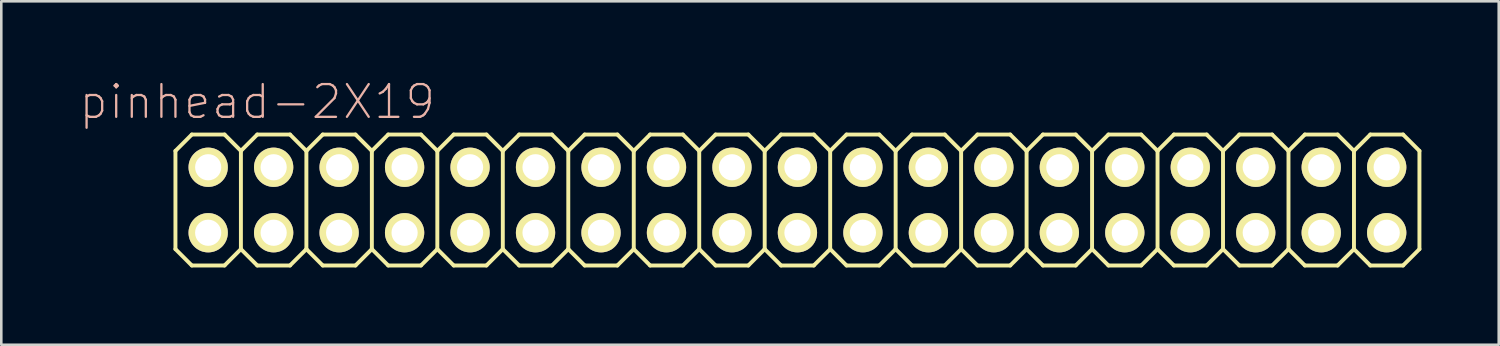
<source format=kicad_pcb>
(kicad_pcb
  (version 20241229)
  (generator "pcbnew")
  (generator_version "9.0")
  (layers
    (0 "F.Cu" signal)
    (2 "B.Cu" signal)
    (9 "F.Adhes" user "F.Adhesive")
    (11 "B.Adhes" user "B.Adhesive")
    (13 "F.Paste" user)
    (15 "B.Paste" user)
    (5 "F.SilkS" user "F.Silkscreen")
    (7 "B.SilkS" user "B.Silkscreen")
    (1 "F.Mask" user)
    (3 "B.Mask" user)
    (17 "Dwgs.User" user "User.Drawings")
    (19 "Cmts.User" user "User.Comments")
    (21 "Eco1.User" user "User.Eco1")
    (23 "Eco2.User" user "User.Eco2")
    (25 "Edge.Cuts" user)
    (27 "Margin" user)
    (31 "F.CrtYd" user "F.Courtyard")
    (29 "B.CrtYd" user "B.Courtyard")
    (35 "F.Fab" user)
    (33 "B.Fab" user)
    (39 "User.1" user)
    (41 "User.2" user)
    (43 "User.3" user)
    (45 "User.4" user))
  (footprint "pinhead-2X19"
    (layer "F.Cu")
    (at 27.886 4.709)
    (property "Reference" "pinhead-2X19" (at -20.955 -3.81 0) (layer "B.SilkS") (effects (font (size 1.27 1.27) (thickness 0.089))))
    (attr exclude_from_pos_files exclude_from_bom)
    (fp_line (start -24.13 -1.905) (end -23.495 -2.54) (stroke (width 0.152) (type solid)) (layer "F.SilkS"))
    (fp_line (start -24.13 1.905) (end -24.13 -1.905) (stroke (width 0.152) (type solid)) (layer "F.SilkS"))
    (fp_line (start -24.13 1.905) (end -23.495 2.54) (stroke (width 0.152) (type solid)) (layer "F.SilkS"))
    (fp_line (start -23.495 -2.54) (end -22.225 -2.54) (stroke (width 0.152) (type solid)) (layer "F.SilkS"))
    (fp_line (start -23.495 2.54) (end -22.225 2.54) (stroke (width 0.152) (type solid)) (layer "F.SilkS"))
    (fp_line (start -23.114 -1.524) (end -22.606 -1.524) (stroke (width 0.066) (type solid)) (layer "F.SilkS"))
    (fp_line (start -23.114 -1.016) (end -23.114 -1.524) (stroke (width 0.066) (type solid)) (layer "F.SilkS"))
    (fp_line (start -23.114 -1.016) (end -22.606 -1.016) (stroke (width 0.066) (type solid)) (layer "F.SilkS"))
    (fp_line (start -23.114 1.016) (end -22.606 1.016) (stroke (width 0.066) (type solid)) (layer "F.SilkS"))
    (fp_line (start -23.114 1.524) (end -23.114 1.016) (stroke (width 0.066) (type solid)) (layer "F.SilkS"))
    (fp_line (start -23.114 1.524) (end -22.606 1.524) (stroke (width 0.066) (type solid)) (layer "F.SilkS"))
    (fp_line (start -22.606 -1.016) (end -22.606 -1.524) (stroke (width 0.066) (type solid)) (layer "F.SilkS"))
    (fp_line (start -22.606 1.524) (end -22.606 1.016) (stroke (width 0.066) (type solid)) (layer "F.SilkS"))
    (fp_line (start -22.225 -2.54) (end -21.59 -1.905) (stroke (width 0.152) (type solid)) (layer "F.SilkS"))
    (fp_line (start -22.225 2.54) (end -21.59 1.905) (stroke (width 0.152) (type solid)) (layer "F.SilkS"))
    (fp_line (start -21.59 -1.905) (end -21.59 1.905) (stroke (width 0.152) (type solid)) (layer "F.SilkS"))
    (fp_line (start -21.59 -1.905) (end -20.955 -2.54) (stroke (width 0.152) (type solid)) (layer "F.SilkS"))
    (fp_line (start -21.59 1.905) (end -20.955 2.54) (stroke (width 0.152) (type solid)) (layer "F.SilkS"))
    (fp_line (start -20.955 -2.54) (end -19.685 -2.54) (stroke (width 0.152) (type solid)) (layer "F.SilkS"))
    (fp_line (start -20.955 2.54) (end -19.685 2.54) (stroke (width 0.152) (type solid)) (layer "F.SilkS"))
    (fp_line (start -20.574 -1.524) (end -20.066 -1.524) (stroke (width 0.066) (type solid)) (layer "F.SilkS"))
    (fp_line (start -20.574 -1.016) (end -20.574 -1.524) (stroke (width 0.066) (type solid)) (layer "F.SilkS"))
    (fp_line (start -20.574 -1.016) (end -20.066 -1.016) (stroke (width 0.066) (type solid)) (layer "F.SilkS"))
    (fp_line (start -20.574 1.016) (end -20.066 1.016) (stroke (width 0.066) (type solid)) (layer "F.SilkS"))
    (fp_line (start -20.574 1.524) (end -20.574 1.016) (stroke (width 0.066) (type solid)) (layer "F.SilkS"))
    (fp_line (start -20.574 1.524) (end -20.066 1.524) (stroke (width 0.066) (type solid)) (layer "F.SilkS"))
    (fp_line (start -20.066 -1.016) (end -20.066 -1.524) (stroke (width 0.066) (type solid)) (layer "F.SilkS"))
    (fp_line (start -20.066 1.524) (end -20.066 1.016) (stroke (width 0.066) (type solid)) (layer "F.SilkS"))
    (fp_line (start -19.685 -2.54) (end -19.05 -1.905) (stroke (width 0.152) (type solid)) (layer "F.SilkS"))
    (fp_line (start -19.685 2.54) (end -19.05 1.905) (stroke (width 0.152) (type solid)) (layer "F.SilkS"))
    (fp_line (start -19.05 -1.905) (end -19.05 1.905) (stroke (width 0.152) (type solid)) (layer "F.SilkS"))
    (fp_line (start -19.05 -1.905) (end -18.415 -2.54) (stroke (width 0.152) (type solid)) (layer "F.SilkS"))
    (fp_line (start -19.05 1.905) (end -18.415 2.54) (stroke (width 0.152) (type solid)) (layer "F.SilkS"))
    (fp_line (start -18.415 -2.54) (end -17.145 -2.54) (stroke (width 0.152) (type solid)) (layer "F.SilkS"))
    (fp_line (start -18.415 2.54) (end -17.145 2.54) (stroke (width 0.152) (type solid)) (layer "F.SilkS"))
    (fp_line (start -18.034 -1.524) (end -17.523 -1.524) (stroke (width 0.066) (type solid)) (layer "F.SilkS"))
    (fp_line (start -18.034 -1.016) (end -18.034 -1.524) (stroke (width 0.066) (type solid)) (layer "F.SilkS"))
    (fp_line (start -18.034 -1.016) (end -17.523 -1.016) (stroke (width 0.066) (type solid)) (layer "F.SilkS"))
    (fp_line (start -18.034 1.016) (end -17.523 1.016) (stroke (width 0.066) (type solid)) (layer "F.SilkS"))
    (fp_line (start -18.034 1.524) (end -18.034 1.016) (stroke (width 0.066) (type solid)) (layer "F.SilkS"))
    (fp_line (start -18.034 1.524) (end -17.523 1.524) (stroke (width 0.066) (type solid)) (layer "F.SilkS"))
    (fp_line (start -17.523 -1.016) (end -17.523 -1.524) (stroke (width 0.066) (type solid)) (layer "F.SilkS"))
    (fp_line (start -17.523 1.524) (end -17.523 1.016) (stroke (width 0.066) (type solid)) (layer "F.SilkS"))
    (fp_line (start -17.145 -2.54) (end -16.51 -1.905) (stroke (width 0.152) (type solid)) (layer "F.SilkS"))
    (fp_line (start -17.145 2.54) (end -16.51 1.905) (stroke (width 0.152) (type solid)) (layer "F.SilkS"))
    (fp_line (start -16.51 -1.905) (end -16.51 1.905) (stroke (width 0.152) (type solid)) (layer "F.SilkS"))
    (fp_line (start -16.51 -1.905) (end -15.875 -2.54) (stroke (width 0.152) (type solid)) (layer "F.SilkS"))
    (fp_line (start -16.51 1.905) (end -15.875 2.54) (stroke (width 0.152) (type solid)) (layer "F.SilkS"))
    (fp_line (start -15.875 -2.54) (end -14.605 -2.54) (stroke (width 0.152) (type solid)) (layer "F.SilkS"))
    (fp_line (start -15.875 2.54) (end -14.605 2.54) (stroke (width 0.152) (type solid)) (layer "F.SilkS"))
    (fp_line (start -15.494 -1.524) (end -14.986 -1.524) (stroke (width 0.066) (type solid)) (layer "F.SilkS"))
    (fp_line (start -15.494 -1.016) (end -15.494 -1.524) (stroke (width 0.066) (type solid)) (layer "F.SilkS"))
    (fp_line (start -15.494 -1.016) (end -14.986 -1.016) (stroke (width 0.066) (type solid)) (layer "F.SilkS"))
    (fp_line (start -15.494 1.016) (end -14.986 1.016) (stroke (width 0.066) (type solid)) (layer "F.SilkS"))
    (fp_line (start -15.494 1.524) (end -15.494 1.016) (stroke (width 0.066) (type solid)) (layer "F.SilkS"))
    (fp_line (start -15.494 1.524) (end -14.986 1.524) (stroke (width 0.066) (type solid)) (layer "F.SilkS"))
    (fp_line (start -14.986 -1.016) (end -14.986 -1.524) (stroke (width 0.066) (type solid)) (layer "F.SilkS"))
    (fp_line (start -14.986 1.524) (end -14.986 1.016) (stroke (width 0.066) (type solid)) (layer "F.SilkS"))
    (fp_line (start -14.605 -2.54) (end -13.97 -1.905) (stroke (width 0.152) (type solid)) (layer "F.SilkS"))
    (fp_line (start -14.605 2.54) (end -13.97 1.905) (stroke (width 0.152) (type solid)) (layer "F.SilkS"))
    (fp_line (start -13.97 -1.905) (end -13.97 1.905) (stroke (width 0.152) (type solid)) (layer "F.SilkS"))
    (fp_line (start -13.97 -1.905) (end -13.335 -2.54) (stroke (width 0.152) (type solid)) (layer "F.SilkS"))
    (fp_line (start -13.97 1.905) (end -13.335 2.54) (stroke (width 0.152) (type solid)) (layer "F.SilkS"))
    (fp_line (start -13.335 -2.54) (end -12.065 -2.54) (stroke (width 0.152) (type solid)) (layer "F.SilkS"))
    (fp_line (start -13.335 2.54) (end -12.065 2.54) (stroke (width 0.152) (type solid)) (layer "F.SilkS"))
    (fp_line (start -12.954 -1.524) (end -12.446 -1.524) (stroke (width 0.066) (type solid)) (layer "F.SilkS"))
    (fp_line (start -12.954 -1.016) (end -12.954 -1.524) (stroke (width 0.066) (type solid)) (layer "F.SilkS"))
    (fp_line (start -12.954 -1.016) (end -12.446 -1.016) (stroke (width 0.066) (type solid)) (layer "F.SilkS"))
    (fp_line (start -12.954 1.016) (end -12.446 1.016) (stroke (width 0.066) (type solid)) (layer "F.SilkS"))
    (fp_line (start -12.954 1.524) (end -12.954 1.016) (stroke (width 0.066) (type solid)) (layer "F.SilkS"))
    (fp_line (start -12.954 1.524) (end -12.446 1.524) (stroke (width 0.066) (type solid)) (layer "F.SilkS"))
    (fp_line (start -12.446 -1.016) (end -12.446 -1.524) (stroke (width 0.066) (type solid)) (layer "F.SilkS"))
    (fp_line (start -12.446 1.524) (end -12.446 1.016) (stroke (width 0.066) (type solid)) (layer "F.SilkS"))
    (fp_line (start -12.065 -2.54) (end -11.43 -1.905) (stroke (width 0.152) (type solid)) (layer "F.SilkS"))
    (fp_line (start -12.065 2.54) (end -11.43 1.905) (stroke (width 0.152) (type solid)) (layer "F.SilkS"))
    (fp_line (start -11.43 -1.905) (end -11.43 1.905) (stroke (width 0.152) (type solid)) (layer "F.SilkS"))
    (fp_line (start -11.43 -1.905) (end -10.795 -2.54) (stroke (width 0.152) (type solid)) (layer "F.SilkS"))
    (fp_line (start -11.43 1.905) (end -10.795 2.54) (stroke (width 0.152) (type solid)) (layer "F.SilkS"))
    (fp_line (start -10.795 -2.54) (end -9.525 -2.54) (stroke (width 0.152) (type solid)) (layer "F.SilkS"))
    (fp_line (start -10.795 2.54) (end -9.525 2.54) (stroke (width 0.152) (type solid)) (layer "F.SilkS"))
    (fp_line (start -10.414 -1.524) (end -9.906 -1.524) (stroke (width 0.066) (type solid)) (layer "F.SilkS"))
    (fp_line (start -10.414 -1.016) (end -10.414 -1.524) (stroke (width 0.066) (type solid)) (layer "F.SilkS"))
    (fp_line (start -10.414 -1.016) (end -9.906 -1.016) (stroke (width 0.066) (type solid)) (layer "F.SilkS"))
    (fp_line (start -10.414 1.016) (end -9.906 1.016) (stroke (width 0.066) (type solid)) (layer "F.SilkS"))
    (fp_line (start -10.414 1.524) (end -10.414 1.016) (stroke (width 0.066) (type solid)) (layer "F.SilkS"))
    (fp_line (start -10.414 1.524) (end -9.906 1.524) (stroke (width 0.066) (type solid)) (layer "F.SilkS"))
    (fp_line (start -9.906 -1.016) (end -9.906 -1.524) (stroke (width 0.066) (type solid)) (layer "F.SilkS"))
    (fp_line (start -9.906 1.524) (end -9.906 1.016) (stroke (width 0.066) (type solid)) (layer "F.SilkS"))
    (fp_line (start -9.525 -2.54) (end -8.89 -1.905) (stroke (width 0.152) (type solid)) (layer "F.SilkS"))
    (fp_line (start -9.525 2.54) (end -8.89 1.905) (stroke (width 0.152) (type solid)) (layer "F.SilkS"))
    (fp_line (start -8.89 -1.905) (end -8.89 1.905) (stroke (width 0.152) (type solid)) (layer "F.SilkS"))
    (fp_line (start -8.89 -1.905) (end -8.255 -2.54) (stroke (width 0.152) (type solid)) (layer "F.SilkS"))
    (fp_line (start -8.89 1.905) (end -8.255 2.54) (stroke (width 0.152) (type solid)) (layer "F.SilkS"))
    (fp_line (start -8.255 -2.54) (end -6.985 -2.54) (stroke (width 0.152) (type solid)) (layer "F.SilkS"))
    (fp_line (start -7.874 -1.524) (end -7.366 -1.524) (stroke (width 0.066) (type solid)) (layer "F.SilkS"))
    (fp_line (start -7.874 -1.016) (end -7.874 -1.524) (stroke (width 0.066) (type solid)) (layer "F.SilkS"))
    (fp_line (start -7.874 -1.016) (end -7.366 -1.016) (stroke (width 0.066) (type solid)) (layer "F.SilkS"))
    (fp_line (start -7.874 1.016) (end -7.366 1.016) (stroke (width 0.066) (type solid)) (layer "F.SilkS"))
    (fp_line (start -7.874 1.524) (end -7.874 1.016) (stroke (width 0.066) (type solid)) (layer "F.SilkS"))
    (fp_line (start -7.874 1.524) (end -7.366 1.524) (stroke (width 0.066) (type solid)) (layer "F.SilkS"))
    (fp_line (start -7.366 -1.016) (end -7.366 -1.524) (stroke (width 0.066) (type solid)) (layer "F.SilkS"))
    (fp_line (start -7.366 1.524) (end -7.366 1.016) (stroke (width 0.066) (type solid)) (layer "F.SilkS"))
    (fp_line (start -6.985 -2.54) (end -6.35 -1.905) (stroke (width 0.152) (type solid)) (layer "F.SilkS"))
    (fp_line (start -6.985 2.54) (end -8.255 2.54) (stroke (width 0.152) (type solid)) (layer "F.SilkS"))
    (fp_line (start -6.35 -1.905) (end -6.35 1.905) (stroke (width 0.152) (type solid)) (layer "F.SilkS"))
    (fp_line (start -6.35 -1.905) (end -5.715 -2.54) (stroke (width 0.152) (type solid)) (layer "F.SilkS"))
    (fp_line (start -6.35 1.905) (end -6.985 2.54) (stroke (width 0.152) (type solid)) (layer "F.SilkS"))
    (fp_line (start -6.35 1.905) (end -5.715 2.54) (stroke (width 0.152) (type solid)) (layer "F.SilkS"))
    (fp_line (start -5.715 -2.54) (end -4.445 -2.54) (stroke (width 0.152) (type solid)) (layer "F.SilkS"))
    (fp_line (start -5.334 -1.524) (end -4.826 -1.524) (stroke (width 0.066) (type solid)) (layer "F.SilkS"))
    (fp_line (start -5.334 -1.016) (end -5.334 -1.524) (stroke (width 0.066) (type solid)) (layer "F.SilkS"))
    (fp_line (start -5.334 -1.016) (end -4.826 -1.016) (stroke (width 0.066) (type solid)) (layer "F.SilkS"))
    (fp_line (start -5.334 1.016) (end -4.826 1.016) (stroke (width 0.066) (type solid)) (layer "F.SilkS"))
    (fp_line (start -5.334 1.524) (end -5.334 1.016) (stroke (width 0.066) (type solid)) (layer "F.SilkS"))
    (fp_line (start -5.334 1.524) (end -4.826 1.524) (stroke (width 0.066) (type solid)) (layer "F.SilkS"))
    (fp_line (start -4.826 -1.016) (end -4.826 -1.524) (stroke (width 0.066) (type solid)) (layer "F.SilkS"))
    (fp_line (start -4.826 1.524) (end -4.826 1.016) (stroke (width 0.066) (type solid)) (layer "F.SilkS"))
    (fp_line (start -4.445 -2.54) (end -3.81 -1.905) (stroke (width 0.152) (type solid)) (layer "F.SilkS"))
    (fp_line (start -4.445 2.54) (end -5.715 2.54) (stroke (width 0.152) (type solid)) (layer "F.SilkS"))
    (fp_line (start -3.81 -1.905) (end -3.81 1.905) (stroke (width 0.152) (type solid)) (layer "F.SilkS"))
    (fp_line (start -3.81 -1.905) (end -3.175 -2.54) (stroke (width 0.152) (type solid)) (layer "F.SilkS"))
    (fp_line (start -3.81 1.905) (end -4.445 2.54) (stroke (width 0.152) (type solid)) (layer "F.SilkS"))
    (fp_line (start -3.81 1.905) (end -3.175 2.54) (stroke (width 0.152) (type solid)) (layer "F.SilkS"))
    (fp_line (start -3.175 -2.54) (end -1.905 -2.54) (stroke (width 0.152) (type solid)) (layer "F.SilkS"))
    (fp_line (start -2.794 -1.524) (end -2.286 -1.524) (stroke (width 0.066) (type solid)) (layer "F.SilkS"))
    (fp_line (start -2.794 -1.016) (end -2.794 -1.524) (stroke (width 0.066) (type solid)) (layer "F.SilkS"))
    (fp_line (start -2.794 -1.016) (end -2.286 -1.016) (stroke (width 0.066) (type solid)) (layer "F.SilkS"))
    (fp_line (start -2.794 1.016) (end -2.286 1.016) (stroke (width 0.066) (type solid)) (layer "F.SilkS"))
    (fp_line (start -2.794 1.524) (end -2.794 1.016) (stroke (width 0.066) (type solid)) (layer "F.SilkS"))
    (fp_line (start -2.794 1.524) (end -2.286 1.524) (stroke (width 0.066) (type solid)) (layer "F.SilkS"))
    (fp_line (start -2.286 -1.016) (end -2.286 -1.524) (stroke (width 0.066) (type solid)) (layer "F.SilkS"))
    (fp_line (start -2.286 1.524) (end -2.286 1.016) (stroke (width 0.066) (type solid)) (layer "F.SilkS"))
    (fp_line (start -1.905 -2.54) (end -1.27 -1.905) (stroke (width 0.152) (type solid)) (layer "F.SilkS"))
    (fp_line (start -1.905 2.54) (end -3.175 2.54) (stroke (width 0.152) (type solid)) (layer "F.SilkS"))
    (fp_line (start -1.27 -1.905) (end -1.27 1.905) (stroke (width 0.152) (type solid)) (layer "F.SilkS"))
    (fp_line (start -1.27 -1.905) (end -0.635 -2.54) (stroke (width 0.152) (type solid)) (layer "F.SilkS"))
    (fp_line (start -1.27 1.905) (end -1.905 2.54) (stroke (width 0.152) (type solid)) (layer "F.SilkS"))
    (fp_line (start -1.27 1.905) (end -0.635 2.54) (stroke (width 0.152) (type solid)) (layer "F.SilkS"))
    (fp_line (start -0.635 -2.54) (end 0.635 -2.54) (stroke (width 0.152) (type solid)) (layer "F.SilkS"))
    (fp_line (start -0.254 -1.524) (end 0.254 -1.524) (stroke (width 0.066) (type solid)) (layer "F.SilkS"))
    (fp_line (start -0.254 -1.016) (end -0.254 -1.524) (stroke (width 0.066) (type solid)) (layer "F.SilkS"))
    (fp_line (start -0.254 -1.016) (end 0.254 -1.016) (stroke (width 0.066) (type solid)) (layer "F.SilkS"))
    (fp_line (start -0.254 1.016) (end 0.254 1.016) (stroke (width 0.066) (type solid)) (layer "F.SilkS"))
    (fp_line (start -0.254 1.524) (end -0.254 1.016) (stroke (width 0.066) (type solid)) (layer "F.SilkS"))
    (fp_line (start -0.254 1.524) (end 0.254 1.524) (stroke (width 0.066) (type solid)) (layer "F.SilkS"))
    (fp_line (start 0.254 -1.016) (end 0.254 -1.524) (stroke (width 0.066) (type solid)) (layer "F.SilkS"))
    (fp_line (start 0.254 1.524) (end 0.254 1.016) (stroke (width 0.066) (type solid)) (layer "F.SilkS"))
    (fp_line (start 0.635 -2.54) (end 1.27 -1.905) (stroke (width 0.152) (type solid)) (layer "F.SilkS"))
    (fp_line (start 0.635 2.54) (end -0.635 2.54) (stroke (width 0.152) (type solid)) (layer "F.SilkS"))
    (fp_line (start 1.27 -1.905) (end 1.27 1.905) (stroke (width 0.152) (type solid)) (layer "F.SilkS"))
    (fp_line (start 1.27 -1.905) (end 1.905 -2.54) (stroke (width 0.152) (type solid)) (layer "F.SilkS"))
    (fp_line (start 1.27 1.905) (end 0.635 2.54) (stroke (width 0.152) (type solid)) (layer "F.SilkS"))
    (fp_line (start 1.27 1.905) (end 1.905 2.54) (stroke (width 0.152) (type solid)) (layer "F.SilkS"))
    (fp_line (start 1.905 -2.54) (end 3.175 -2.54) (stroke (width 0.152) (type solid)) (layer "F.SilkS"))
    (fp_line (start 2.286 -1.524) (end 2.794 -1.524) (stroke (width 0.066) (type solid)) (layer "F.SilkS"))
    (fp_line (start 2.286 -1.016) (end 2.286 -1.524) (stroke (width 0.066) (type solid)) (layer "F.SilkS"))
    (fp_line (start 2.286 -1.016) (end 2.794 -1.016) (stroke (width 0.066) (type solid)) (layer "F.SilkS"))
    (fp_line (start 2.286 1.016) (end 2.794 1.016) (stroke (width 0.066) (type solid)) (layer "F.SilkS"))
    (fp_line (start 2.286 1.524) (end 2.286 1.016) (stroke (width 0.066) (type solid)) (layer "F.SilkS"))
    (fp_line (start 2.286 1.524) (end 2.794 1.524) (stroke (width 0.066) (type solid)) (layer "F.SilkS"))
    (fp_line (start 2.794 -1.016) (end 2.794 -1.524) (stroke (width 0.066) (type solid)) (layer "F.SilkS"))
    (fp_line (start 2.794 1.524) (end 2.794 1.016) (stroke (width 0.066) (type solid)) (layer "F.SilkS"))
    (fp_line (start 3.175 -2.54) (end 3.81 -1.905) (stroke (width 0.152) (type solid)) (layer "F.SilkS"))
    (fp_line (start 3.175 2.54) (end 1.905 2.54) (stroke (width 0.152) (type solid)) (layer "F.SilkS"))
    (fp_line (start 3.81 -1.905) (end 3.81 1.905) (stroke (width 0.152) (type solid)) (layer "F.SilkS"))
    (fp_line (start 3.81 -1.905) (end 4.445 -2.54) (stroke (width 0.152) (type solid)) (layer "F.SilkS"))
    (fp_line (start 3.81 1.905) (end 3.175 2.54) (stroke (width 0.152) (type solid)) (layer "F.SilkS"))
    (fp_line (start 3.81 1.905) (end 4.445 2.54) (stroke (width 0.152) (type solid)) (layer "F.SilkS"))
    (fp_line (start 4.445 -2.54) (end 5.715 -2.54) (stroke (width 0.152) (type solid)) (layer "F.SilkS"))
    (fp_line (start 4.826 -1.524) (end 5.334 -1.524) (stroke (width 0.066) (type solid)) (layer "F.SilkS"))
    (fp_line (start 4.826 -1.016) (end 4.826 -1.524) (stroke (width 0.066) (type solid)) (layer "F.SilkS"))
    (fp_line (start 4.826 -1.016) (end 5.334 -1.016) (stroke (width 0.066) (type solid)) (layer "F.SilkS"))
    (fp_line (start 4.826 1.016) (end 5.334 1.016) (stroke (width 0.066) (type solid)) (layer "F.SilkS"))
    (fp_line (start 4.826 1.524) (end 4.826 1.016) (stroke (width 0.066) (type solid)) (layer "F.SilkS"))
    (fp_line (start 4.826 1.524) (end 5.334 1.524) (stroke (width 0.066) (type solid)) (layer "F.SilkS"))
    (fp_line (start 5.334 -1.016) (end 5.334 -1.524) (stroke (width 0.066) (type solid)) (layer "F.SilkS"))
    (fp_line (start 5.334 1.524) (end 5.334 1.016) (stroke (width 0.066) (type solid)) (layer "F.SilkS"))
    (fp_line (start 5.715 2.54) (end 4.445 2.54) (stroke (width 0.152) (type solid)) (layer "F.SilkS"))
    (fp_line (start 6.35 -1.905) (end 5.715 -2.54) (stroke (width 0.152) (type solid)) (layer "F.SilkS"))
    (fp_line (start 6.35 -1.905) (end 6.35 1.905) (stroke (width 0.152) (type solid)) (layer "F.SilkS"))
    (fp_line (start 6.35 -1.905) (end 6.985 -2.54) (stroke (width 0.152) (type solid)) (layer "F.SilkS"))
    (fp_line (start 6.35 1.905) (end 5.715 2.54) (stroke (width 0.152) (type solid)) (layer "F.SilkS"))
    (fp_line (start 6.35 1.905) (end 6.985 2.54) (stroke (width 0.152) (type solid)) (layer "F.SilkS"))
    (fp_line (start 7.366 -1.524) (end 7.874 -1.524) (stroke (width 0.066) (type solid)) (layer "F.SilkS"))
    (fp_line (start 7.366 -1.016) (end 7.366 -1.524) (stroke (width 0.066) (type solid)) (layer "F.SilkS"))
    (fp_line (start 7.366 -1.016) (end 7.874 -1.016) (stroke (width 0.066) (type solid)) (layer "F.SilkS"))
    (fp_line (start 7.366 1.016) (end 7.874 1.016) (stroke (width 0.066) (type solid)) (layer "F.SilkS"))
    (fp_line (start 7.366 1.524) (end 7.366 1.016) (stroke (width 0.066) (type solid)) (layer "F.SilkS"))
    (fp_line (start 7.366 1.524) (end 7.874 1.524) (stroke (width 0.066) (type solid)) (layer "F.SilkS"))
    (fp_line (start 7.874 -1.016) (end 7.874 -1.524) (stroke (width 0.066) (type solid)) (layer "F.SilkS"))
    (fp_line (start 7.874 1.524) (end 7.874 1.016) (stroke (width 0.066) (type solid)) (layer "F.SilkS"))
    (fp_line (start 8.255 -2.54) (end 6.985 -2.54) (stroke (width 0.152) (type solid)) (layer "F.SilkS"))
    (fp_line (start 8.255 -2.54) (end 8.89 -1.905) (stroke (width 0.152) (type solid)) (layer "F.SilkS"))
    (fp_line (start 8.255 2.54) (end 6.985 2.54) (stroke (width 0.152) (type solid)) (layer "F.SilkS"))
    (fp_line (start 8.89 -1.905) (end 8.89 1.905) (stroke (width 0.152) (type solid)) (layer "F.SilkS"))
    (fp_line (start 8.89 -1.905) (end 9.525 -2.54) (stroke (width 0.152) (type solid)) (layer "F.SilkS"))
    (fp_line (start 8.89 1.905) (end 8.255 2.54) (stroke (width 0.152) (type solid)) (layer "F.SilkS"))
    (fp_line (start 8.89 1.905) (end 9.525 2.54) (stroke (width 0.152) (type solid)) (layer "F.SilkS"))
    (fp_line (start 9.906 -1.524) (end 10.414 -1.524) (stroke (width 0.066) (type solid)) (layer "F.SilkS"))
    (fp_line (start 9.906 -1.016) (end 9.906 -1.524) (stroke (width 0.066) (type solid)) (layer "F.SilkS"))
    (fp_line (start 9.906 -1.016) (end 10.414 -1.016) (stroke (width 0.066) (type solid)) (layer "F.SilkS"))
    (fp_line (start 9.906 1.016) (end 10.414 1.016) (stroke (width 0.066) (type solid)) (layer "F.SilkS"))
    (fp_line (start 9.906 1.524) (end 9.906 1.016) (stroke (width 0.066) (type solid)) (layer "F.SilkS"))
    (fp_line (start 9.906 1.524) (end 10.414 1.524) (stroke (width 0.066) (type solid)) (layer "F.SilkS"))
    (fp_line (start 10.414 -1.016) (end 10.414 -1.524) (stroke (width 0.066) (type solid)) (layer "F.SilkS"))
    (fp_line (start 10.414 1.524) (end 10.414 1.016) (stroke (width 0.066) (type solid)) (layer "F.SilkS"))
    (fp_line (start 10.795 -2.54) (end 9.525 -2.54) (stroke (width 0.152) (type solid)) (layer "F.SilkS"))
    (fp_line (start 10.795 -2.54) (end 11.43 -1.905) (stroke (width 0.152) (type solid)) (layer "F.SilkS"))
    (fp_line (start 10.795 2.54) (end 9.525 2.54) (stroke (width 0.152) (type solid)) (layer "F.SilkS"))
    (fp_line (start 11.43 -1.905) (end 11.43 1.905) (stroke (width 0.152) (type solid)) (layer "F.SilkS"))
    (fp_line (start 11.43 -1.905) (end 12.065 -2.54) (stroke (width 0.152) (type solid)) (layer "F.SilkS"))
    (fp_line (start 11.43 1.905) (end 10.795 2.54) (stroke (width 0.152) (type solid)) (layer "F.SilkS"))
    (fp_line (start 12.065 2.54) (end 11.43 1.905) (stroke (width 0.152) (type solid)) (layer "F.SilkS"))
    (fp_line (start 12.065 2.54) (end 13.335 2.54) (stroke (width 0.152) (type solid)) (layer "F.SilkS"))
    (fp_line (start 12.446 -1.524) (end 12.954 -1.524) (stroke (width 0.066) (type solid)) (layer "F.SilkS"))
    (fp_line (start 12.446 -1.016) (end 12.446 -1.524) (stroke (width 0.066) (type solid)) (layer "F.SilkS"))
    (fp_line (start 12.446 -1.016) (end 12.954 -1.016) (stroke (width 0.066) (type solid)) (layer "F.SilkS"))
    (fp_line (start 12.446 1.016) (end 12.954 1.016) (stroke (width 0.066) (type solid)) (layer "F.SilkS"))
    (fp_line (start 12.446 1.524) (end 12.446 1.016) (stroke (width 0.066) (type solid)) (layer "F.SilkS"))
    (fp_line (start 12.446 1.524) (end 12.954 1.524) (stroke (width 0.066) (type solid)) (layer "F.SilkS"))
    (fp_line (start 12.954 -1.016) (end 12.954 -1.524) (stroke (width 0.066) (type solid)) (layer "F.SilkS"))
    (fp_line (start 12.954 1.524) (end 12.954 1.016) (stroke (width 0.066) (type solid)) (layer "F.SilkS"))
    (fp_line (start 13.335 -2.54) (end 12.065 -2.54) (stroke (width 0.152) (type solid)) (layer "F.SilkS"))
    (fp_line (start 13.335 -2.54) (end 13.97 -1.905) (stroke (width 0.152) (type solid)) (layer "F.SilkS"))
    (fp_line (start 13.97 -1.905) (end 13.97 1.905) (stroke (width 0.152) (type solid)) (layer "F.SilkS"))
    (fp_line (start 13.97 -1.905) (end 14.605 -2.54) (stroke (width 0.152) (type solid)) (layer "F.SilkS"))
    (fp_line (start 13.97 1.905) (end 13.335 2.54) (stroke (width 0.152) (type solid)) (layer "F.SilkS"))
    (fp_line (start 14.605 2.54) (end 13.97 1.905) (stroke (width 0.152) (type solid)) (layer "F.SilkS"))
    (fp_line (start 14.605 2.54) (end 15.875 2.54) (stroke (width 0.152) (type solid)) (layer "F.SilkS"))
    (fp_line (start 14.986 -1.524) (end 15.494 -1.524) (stroke (width 0.066) (type solid)) (layer "F.SilkS"))
    (fp_line (start 14.986 -1.016) (end 14.986 -1.524) (stroke (width 0.066) (type solid)) (layer "F.SilkS"))
    (fp_line (start 14.986 -1.016) (end 15.494 -1.016) (stroke (width 0.066) (type solid)) (layer "F.SilkS"))
    (fp_line (start 14.986 1.016) (end 15.494 1.016) (stroke (width 0.066) (type solid)) (layer "F.SilkS"))
    (fp_line (start 14.986 1.524) (end 14.986 1.016) (stroke (width 0.066) (type solid)) (layer "F.SilkS"))
    (fp_line (start 14.986 1.524) (end 15.494 1.524) (stroke (width 0.066) (type solid)) (layer "F.SilkS"))
    (fp_line (start 15.494 -1.016) (end 15.494 -1.524) (stroke (width 0.066) (type solid)) (layer "F.SilkS"))
    (fp_line (start 15.494 1.524) (end 15.494 1.016) (stroke (width 0.066) (type solid)) (layer "F.SilkS"))
    (fp_line (start 15.875 -2.54) (end 14.605 -2.54) (stroke (width 0.152) (type solid)) (layer "F.SilkS"))
    (fp_line (start 15.875 -2.54) (end 16.51 -1.905) (stroke (width 0.152) (type solid)) (layer "F.SilkS"))
    (fp_line (start 16.51 -1.905) (end 16.51 1.905) (stroke (width 0.152) (type solid)) (layer "F.SilkS"))
    (fp_line (start 16.51 -1.905) (end 17.145 -2.54) (stroke (width 0.152) (type solid)) (layer "F.SilkS"))
    (fp_line (start 16.51 1.905) (end 15.875 2.54) (stroke (width 0.152) (type solid)) (layer "F.SilkS"))
    (fp_line (start 16.51 1.905) (end 17.145 2.54) (stroke (width 0.152) (type solid)) (layer "F.SilkS"))
    (fp_line (start 17.523 -1.524) (end 18.034 -1.524) (stroke (width 0.066) (type solid)) (layer "F.SilkS"))
    (fp_line (start 17.523 -1.016) (end 17.523 -1.524) (stroke (width 0.066) (type solid)) (layer "F.SilkS"))
    (fp_line (start 17.523 -1.016) (end 18.034 -1.016) (stroke (width 0.066) (type solid)) (layer "F.SilkS"))
    (fp_line (start 17.523 1.016) (end 18.034 1.016) (stroke (width 0.066) (type solid)) (layer "F.SilkS"))
    (fp_line (start 17.523 1.524) (end 17.523 1.016) (stroke (width 0.066) (type solid)) (layer "F.SilkS"))
    (fp_line (start 17.523 1.524) (end 18.034 1.524) (stroke (width 0.066) (type solid)) (layer "F.SilkS"))
    (fp_line (start 18.034 -1.016) (end 18.034 -1.524) (stroke (width 0.066) (type solid)) (layer "F.SilkS"))
    (fp_line (start 18.034 1.524) (end 18.034 1.016) (stroke (width 0.066) (type solid)) (layer "F.SilkS"))
    (fp_line (start 18.415 -2.54) (end 17.145 -2.54) (stroke (width 0.152) (type solid)) (layer "F.SilkS"))
    (fp_line (start 18.415 -2.54) (end 19.05 -1.905) (stroke (width 0.152) (type solid)) (layer "F.SilkS"))
    (fp_line (start 18.415 2.54) (end 17.145 2.54) (stroke (width 0.152) (type solid)) (layer "F.SilkS"))
    (fp_line (start 19.05 -1.905) (end 19.05 1.905) (stroke (width 0.152) (type solid)) (layer "F.SilkS"))
    (fp_line (start 19.05 -1.905) (end 19.685 -2.54) (stroke (width 0.152) (type solid)) (layer "F.SilkS"))
    (fp_line (start 19.05 1.905) (end 18.415 2.54) (stroke (width 0.152) (type solid)) (layer "F.SilkS"))
    (fp_line (start 19.05 1.905) (end 19.685 2.54) (stroke (width 0.152) (type solid)) (layer "F.SilkS"))
    (fp_line (start 20.066 -1.524) (end 20.574 -1.524) (stroke (width 0.066) (type solid)) (layer "F.SilkS"))
    (fp_line (start 20.066 -1.016) (end 20.066 -1.524) (stroke (width 0.066) (type solid)) (layer "F.SilkS"))
    (fp_line (start 20.066 -1.016) (end 20.574 -1.016) (stroke (width 0.066) (type solid)) (layer "F.SilkS"))
    (fp_line (start 20.066 1.016) (end 20.574 1.016) (stroke (width 0.066) (type solid)) (layer "F.SilkS"))
    (fp_line (start 20.066 1.524) (end 20.066 1.016) (stroke (width 0.066) (type solid)) (layer "F.SilkS"))
    (fp_line (start 20.066 1.524) (end 20.574 1.524) (stroke (width 0.066) (type solid)) (layer "F.SilkS"))
    (fp_line (start 20.574 -1.016) (end 20.574 -1.524) (stroke (width 0.066) (type solid)) (layer "F.SilkS"))
    (fp_line (start 20.574 1.524) (end 20.574 1.016) (stroke (width 0.066) (type solid)) (layer "F.SilkS"))
    (fp_line (start 20.955 -2.54) (end 19.685 -2.54) (stroke (width 0.152) (type solid)) (layer "F.SilkS"))
    (fp_line (start 20.955 -2.54) (end 21.59 -1.905) (stroke (width 0.152) (type solid)) (layer "F.SilkS"))
    (fp_line (start 20.955 2.54) (end 19.685 2.54) (stroke (width 0.152) (type solid)) (layer "F.SilkS"))
    (fp_line (start 21.59 -1.905) (end 21.59 1.905) (stroke (width 0.152) (type solid)) (layer "F.SilkS"))
    (fp_line (start 21.59 -1.905) (end 22.225 -2.54) (stroke (width 0.152) (type solid)) (layer "F.SilkS"))
    (fp_line (start 21.59 1.905) (end 20.955 2.54) (stroke (width 0.152) (type solid)) (layer "F.SilkS"))
    (fp_line (start 21.59 1.905) (end 22.225 2.54) (stroke (width 0.152) (type solid)) (layer "F.SilkS"))
    (fp_line (start 22.606 -1.524) (end 23.114 -1.524) (stroke (width 0.066) (type solid)) (layer "F.SilkS"))
    (fp_line (start 22.606 -1.016) (end 22.606 -1.524) (stroke (width 0.066) (type solid)) (layer "F.SilkS"))
    (fp_line (start 22.606 -1.016) (end 23.114 -1.016) (stroke (width 0.066) (type solid)) (layer "F.SilkS"))
    (fp_line (start 22.606 1.016) (end 23.114 1.016) (stroke (width 0.066) (type solid)) (layer "F.SilkS"))
    (fp_line (start 22.606 1.524) (end 22.606 1.016) (stroke (width 0.066) (type solid)) (layer "F.SilkS"))
    (fp_line (start 22.606 1.524) (end 23.114 1.524) (stroke (width 0.066) (type solid)) (layer "F.SilkS"))
    (fp_line (start 23.114 -1.016) (end 23.114 -1.524) (stroke (width 0.066) (type solid)) (layer "F.SilkS"))
    (fp_line (start 23.114 1.524) (end 23.114 1.016) (stroke (width 0.066) (type solid)) (layer "F.SilkS"))
    (fp_line (start 23.495 -2.54) (end 22.225 -2.54) (stroke (width 0.152) (type solid)) (layer "F.SilkS"))
    (fp_line (start 23.495 -2.54) (end 24.13 -1.905) (stroke (width 0.152) (type solid)) (layer "F.SilkS"))
    (fp_line (start 23.495 2.54) (end 22.225 2.54) (stroke (width 0.152) (type solid)) (layer "F.SilkS"))
    (fp_line (start 24.13 -1.905) (end 24.13 1.905) (stroke (width 0.152) (type solid)) (layer "F.SilkS"))
    (fp_line (start 24.13 1.905) (end 23.495 2.54) (stroke (width 0.152) (type solid)) (layer "F.SilkS"))
    (pad "1" thru_hole circle (at -22.86 1.27) (size 1.524 1.524) (drill 1.016) (layers "*.Cu" "F.Mask" "F.SilkS" "F.Paste"))
    (pad "2" thru_hole circle (at -22.86 -1.27) (size 1.524 1.524) (drill 1.016) (layers "*.Cu" "F.Mask" "F.SilkS" "F.Paste"))
    (pad "3" thru_hole circle (at -20.32 1.27) (size 1.524 1.524) (drill 1.016) (layers "*.Cu" "F.Mask" "F.SilkS" "F.Paste"))
    (pad "4" thru_hole circle (at -20.32 -1.27) (size 1.524 1.524) (drill 1.016) (layers "*.Cu" "F.Mask" "F.SilkS" "F.Paste"))
    (pad "5" thru_hole circle (at -17.78 1.27) (size 1.524 1.524) (drill 1.016) (layers "*.Cu" "F.Mask" "F.SilkS" "F.Paste"))
    (pad "6" thru_hole circle (at -17.78 -1.27) (size 1.524 1.524) (drill 1.016) (layers "*.Cu" "F.Mask" "F.SilkS" "F.Paste"))
    (pad "7" thru_hole circle (at -15.24 1.27) (size 1.524 1.524) (drill 1.016) (layers "*.Cu" "F.Mask" "F.SilkS" "F.Paste"))
    (pad "8" thru_hole circle (at -15.24 -1.27) (size 1.524 1.524) (drill 1.016) (layers "*.Cu" "F.Mask" "F.SilkS" "F.Paste"))
    (pad "9" thru_hole circle (at -12.7 1.27) (size 1.524 1.524) (drill 1.016) (layers "*.Cu" "F.Mask" "F.SilkS" "F.Paste"))
    (pad "10" thru_hole circle (at -12.7 -1.27) (size 1.524 1.524) (drill 1.016) (layers "*.Cu" "F.Mask" "F.SilkS" "F.Paste"))
    (pad "11" thru_hole circle (at -10.16 1.27) (size 1.524 1.524) (drill 1.016) (layers "*.Cu" "F.Mask" "F.SilkS" "F.Paste"))
    (pad "12" thru_hole circle (at -10.16 -1.27) (size 1.524 1.524) (drill 1.016) (layers "*.Cu" "F.Mask" "F.SilkS" "F.Paste"))
    (pad "13" thru_hole circle (at -7.62 1.27) (size 1.524 1.524) (drill 1.016) (layers "*.Cu" "F.Mask" "F.SilkS" "F.Paste"))
    (pad "14" thru_hole circle (at -7.62 -1.27) (size 1.524 1.524) (drill 1.016) (layers "*.Cu" "F.Mask" "F.SilkS" "F.Paste"))
    (pad "15" thru_hole circle (at -5.08 1.27) (size 1.524 1.524) (drill 1.016) (layers "*.Cu" "F.Mask" "F.SilkS" "F.Paste"))
    (pad "16" thru_hole circle (at -5.08 -1.27) (size 1.524 1.524) (drill 1.016) (layers "*.Cu" "F.Mask" "F.SilkS" "F.Paste"))
    (pad "17" thru_hole circle (at -2.54 1.27) (size 1.524 1.524) (drill 1.016) (layers "*.Cu" "F.Mask" "F.SilkS" "F.Paste"))
    (pad "18" thru_hole circle (at -2.54 -1.27) (size 1.524 1.524) (drill 1.016) (layers "*.Cu" "F.Mask" "F.SilkS" "F.Paste"))
    (pad "19" thru_hole circle (at 0 1.27) (size 1.524 1.524) (drill 1.016) (layers "*.Cu" "F.Mask" "F.SilkS" "F.Paste"))
    (pad "20" thru_hole circle (at 0 -1.27) (size 1.524 1.524) (drill 1.016) (layers "*.Cu" "F.Mask" "F.SilkS" "F.Paste"))
    (pad "21" thru_hole circle (at 2.54 1.27) (size 1.524 1.524) (drill 1.016) (layers "*.Cu" "F.Mask" "F.SilkS" "F.Paste"))
    (pad "22" thru_hole circle (at 2.54 -1.27) (size 1.524 1.524) (drill 1.016) (layers "*.Cu" "F.Mask" "F.SilkS" "F.Paste"))
    (pad "23" thru_hole circle (at 5.08 1.27) (size 1.524 1.524) (drill 1.016) (layers "*.Cu" "F.Mask" "F.SilkS" "F.Paste"))
    (pad "24" thru_hole circle (at 5.08 -1.27) (size 1.524 1.524) (drill 1.016) (layers "*.Cu" "F.Mask" "F.SilkS" "F.Paste"))
    (pad "25" thru_hole circle (at 7.62 1.27) (size 1.524 1.524) (drill 1.016) (layers "*.Cu" "F.Mask" "F.SilkS" "F.Paste"))
    (pad "26" thru_hole circle (at 7.62 -1.27) (size 1.524 1.524) (drill 1.016) (layers "*.Cu" "F.Mask" "F.SilkS" "F.Paste"))
    (pad "27" thru_hole circle (at 10.16 1.27) (size 1.524 1.524) (drill 1.016) (layers "*.Cu" "F.Mask" "F.SilkS" "F.Paste"))
    (pad "28" thru_hole circle (at 10.16 -1.27) (size 1.524 1.524) (drill 1.016) (layers "*.Cu" "F.Mask" "F.SilkS" "F.Paste"))
    (pad "29" thru_hole circle (at 12.7 1.27) (size 1.524 1.524) (drill 1.016) (layers "*.Cu" "F.Mask" "F.SilkS" "F.Paste"))
    (pad "30" thru_hole circle (at 12.7 -1.27) (size 1.524 1.524) (drill 1.016) (layers "*.Cu" "F.Mask" "F.SilkS" "F.Paste"))
    (pad "31" thru_hole circle (at 15.24 1.27) (size 1.524 1.524) (drill 1.016) (layers "*.Cu" "F.Mask" "F.SilkS" "F.Paste"))
    (pad "32" thru_hole circle (at 15.24 -1.27) (size 1.524 1.524) (drill 1.016) (layers "*.Cu" "F.Mask" "F.SilkS" "F.Paste"))
    (pad "33" thru_hole circle (at 17.78 1.27) (size 1.524 1.524) (drill 1.016) (layers "*.Cu" "F.Mask" "F.SilkS" "F.Paste"))
    (pad "34" thru_hole circle (at 17.78 -1.27) (size 1.524 1.524) (drill 1.016) (layers "*.Cu" "F.Mask" "F.SilkS" "F.Paste"))
    (pad "35" thru_hole circle (at 20.32 1.27) (size 1.524 1.524) (drill 1.016) (layers "*.Cu" "F.Mask" "F.SilkS" "F.Paste"))
    (pad "36" thru_hole circle (at 20.32 -1.27) (size 1.524 1.524) (drill 1.016) (layers "*.Cu" "F.Mask" "F.SilkS" "F.Paste"))
    (pad "37" thru_hole circle (at 22.86 1.27) (size 1.524 1.524) (drill 1.016) (layers "*.Cu" "F.Mask" "F.SilkS" "F.Paste"))
    (pad "38" thru_hole circle (at 22.86 -1.27) (size 1.524 1.524) (drill 1.016) (layers "*.Cu" "F.Mask" "F.SilkS" "F.Paste")))
  (gr_rect
    (start -3 -3)
    (end 55.092 10.325)
    (stroke (width 0.1) (type default))
    (fill no)
    (layer "Edge.Cuts")))
</source>
